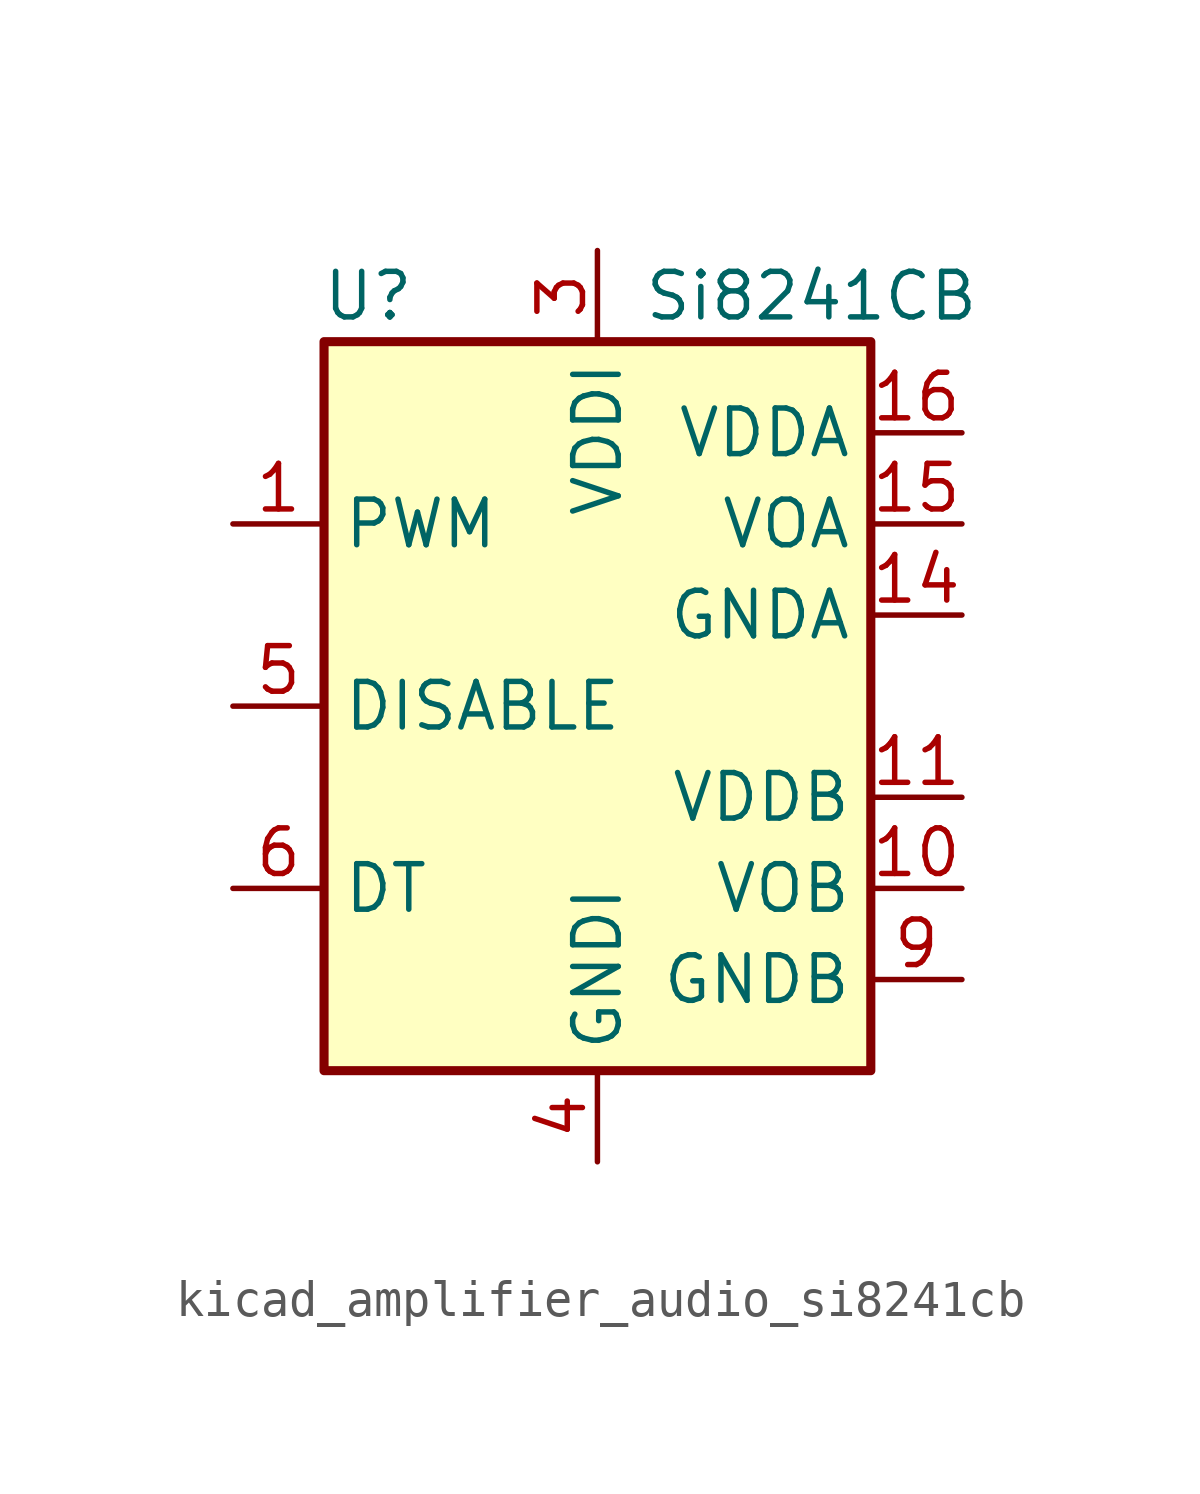
<source format=kicad_sym>
(kicad_symbol_lib
  (version 20220914)
  (generator kicad_symbol_editor)
  (symbol "kicad_amplifier_audio_si8241cb"
    (property "Reference" "U"
      (at -5.08 11.43 0)
      (effects (font (size 1.27 1.27)) (justify right)))
    (property "Value" "Si8241CB"
      (at 1.27 11.43 0)
      (effects (font (size 1.27 1.27)) (justify left)))
    (symbol "kicad_amplifier_audio_si8241cb_0_1"
      (rectangle (start -7.62 10.16) (end 7.62 -10.16) (stroke (width 0.254) (type default)) (fill (type background))))
    (symbol "kicad_amplifier_audio_si8241cb_1_1"
      (pin input line (at -10.16 5.08 0) (length 2.54) (name "PWM" (effects (font (size 1.27 1.27)))) (number "1" (effects (font (size 1.27 1.27)))))
      (pin output line (at 10.16 -5.08 180) (length 2.54) (name "VOB" (effects (font (size 1.27 1.27)))) (number "10" (effects (font (size 1.27 1.27)))))
      (pin power_in line (at 10.16 -2.54 180) (length 2.54) (name "VDDB" (effects (font (size 1.27 1.27)))) (number "11" (effects (font (size 1.27 1.27)))))
      (pin no_connect line (at -7.62 -2.54 0) (length 2.54) hide (name "NC" (effects (font (size 1.27 1.27)))) (number "12" (effects (font (size 1.27 1.27)))))
      (pin no_connect line (at -7.62 -7.62 0) (length 2.54) hide (name "NC" (effects (font (size 1.27 1.27)))) (number "13" (effects (font (size 1.27 1.27)))))
      (pin power_in line (at 10.16 2.54 180) (length 2.54) (name "GNDA" (effects (font (size 1.27 1.27)))) (number "14" (effects (font (size 1.27 1.27)))))
      (pin output line (at 10.16 5.08 180) (length 2.54) (name "VOA" (effects (font (size 1.27 1.27)))) (number "15" (effects (font (size 1.27 1.27)))))
      (pin power_in line (at 10.16 7.62 180) (length 2.54) (name "VDDA" (effects (font (size 1.27 1.27)))) (number "16" (effects (font (size 1.27 1.27)))))
      (pin no_connect line (at -7.62 7.62 0) (length 2.54) hide (name "NC" (effects (font (size 1.27 1.27)))) (number "2" (effects (font (size 1.27 1.27)))))
      (pin power_in line (at 0 12.7 270) (length 2.54) (name "VDDI" (effects (font (size 1.27 1.27)))) (number "3" (effects (font (size 1.27 1.27)))))
      (pin power_in line (at 0 -12.7 90) (length 2.54) (name "GNDI" (effects (font (size 1.27 1.27)))) (number "4" (effects (font (size 1.27 1.27)))))
      (pin input line (at -10.16 0 0) (length 2.54) (name "DISABLE" (effects (font (size 1.27 1.27)))) (number "5" (effects (font (size 1.27 1.27)))))
      (pin passive line (at -10.16 -5.08 0) (length 2.54) (name "DT" (effects (font (size 1.27 1.27)))) (number "6" (effects (font (size 1.27 1.27)))))
      (pin no_connect line (at -7.62 2.54 0) (length 2.54) hide (name "NC" (effects (font (size 1.27 1.27)))) (number "7" (effects (font (size 1.27 1.27)))))
      (pin passive line (at 0 12.7 270) (length 2.54) hide (name "VDDI" (effects (font (size 1.27 1.27)))) (number "8" (effects (font (size 1.27 1.27)))))
      (pin power_in line (at 10.16 -7.62 180) (length 2.54) (name "GNDB" (effects (font (size 1.27 1.27)))) (number "9" (effects (font (size 1.27 1.27))))))))
</source>
